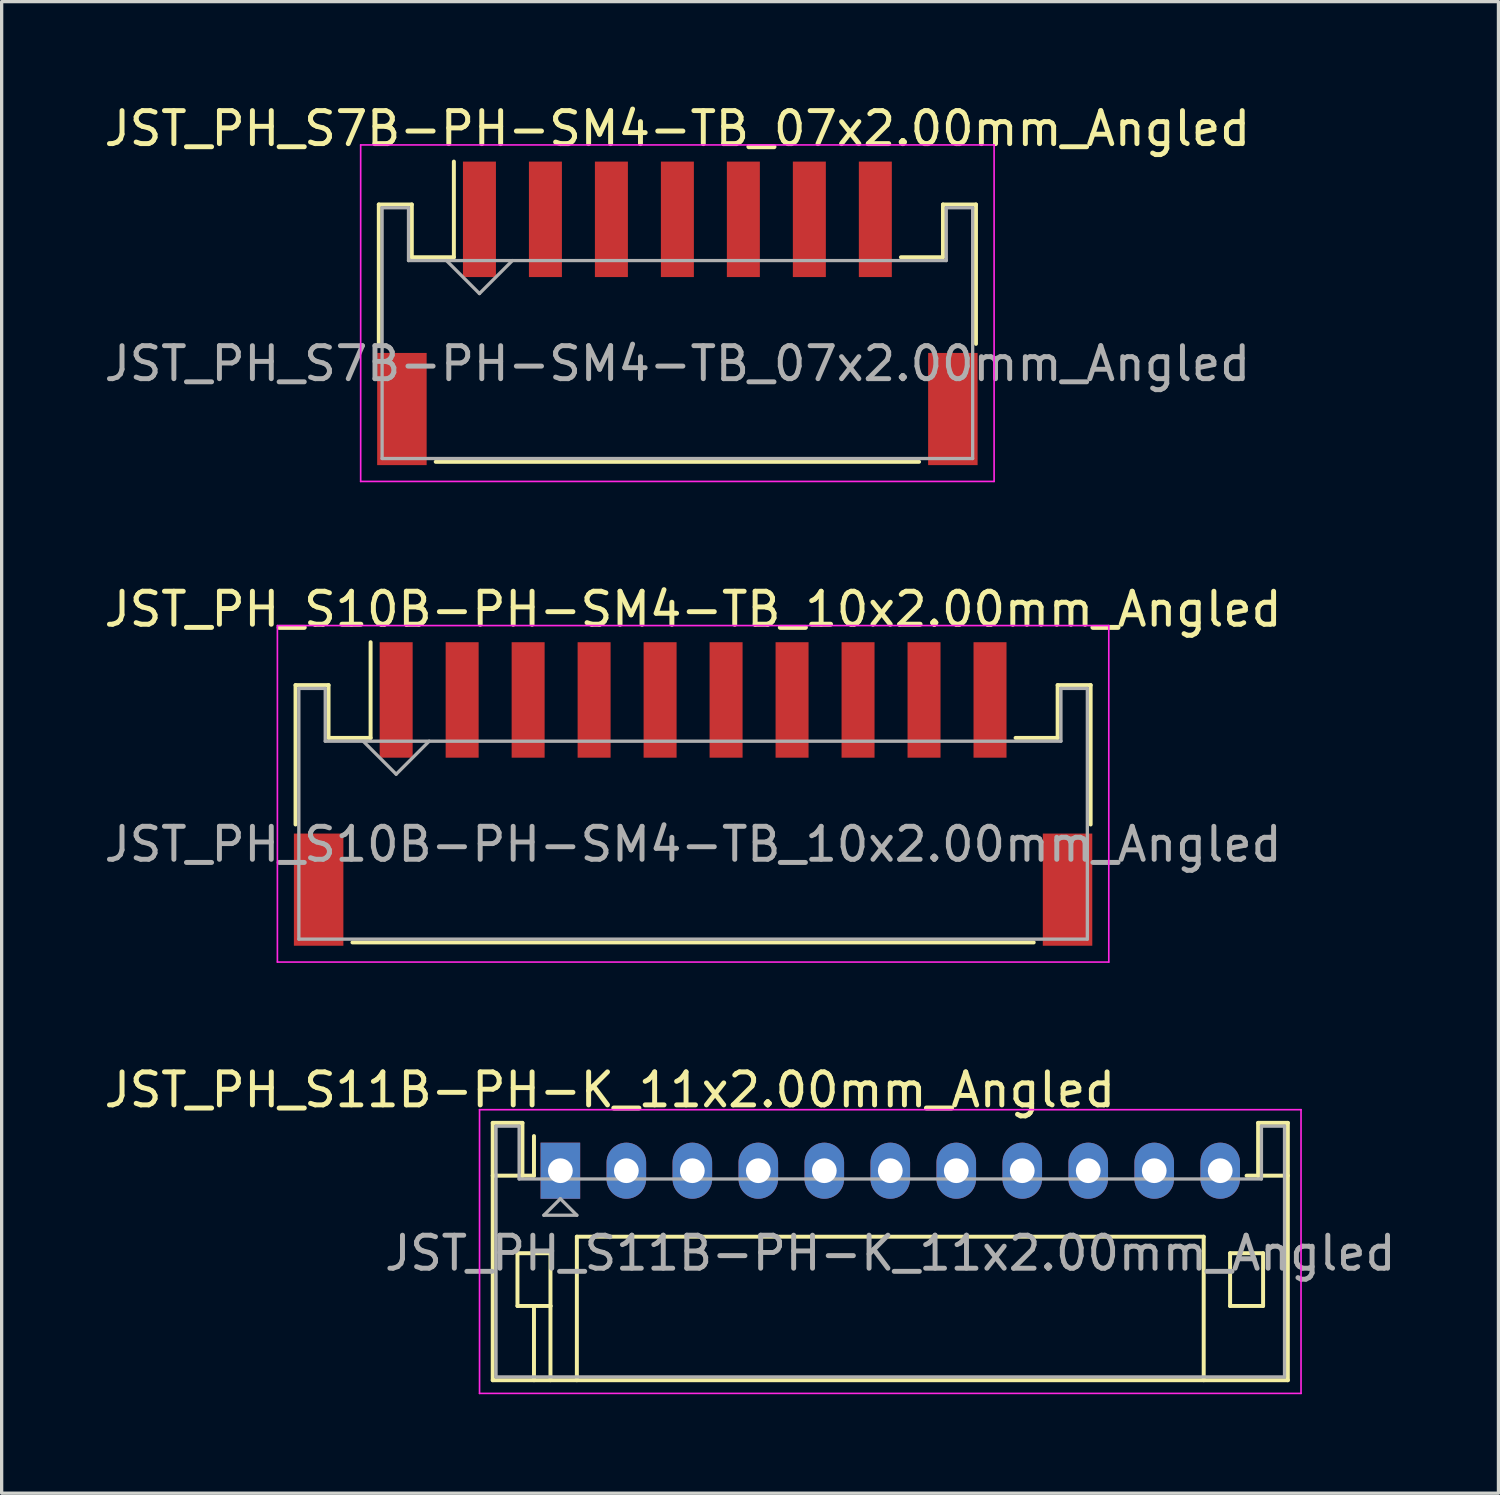
<source format=kicad_pcb>
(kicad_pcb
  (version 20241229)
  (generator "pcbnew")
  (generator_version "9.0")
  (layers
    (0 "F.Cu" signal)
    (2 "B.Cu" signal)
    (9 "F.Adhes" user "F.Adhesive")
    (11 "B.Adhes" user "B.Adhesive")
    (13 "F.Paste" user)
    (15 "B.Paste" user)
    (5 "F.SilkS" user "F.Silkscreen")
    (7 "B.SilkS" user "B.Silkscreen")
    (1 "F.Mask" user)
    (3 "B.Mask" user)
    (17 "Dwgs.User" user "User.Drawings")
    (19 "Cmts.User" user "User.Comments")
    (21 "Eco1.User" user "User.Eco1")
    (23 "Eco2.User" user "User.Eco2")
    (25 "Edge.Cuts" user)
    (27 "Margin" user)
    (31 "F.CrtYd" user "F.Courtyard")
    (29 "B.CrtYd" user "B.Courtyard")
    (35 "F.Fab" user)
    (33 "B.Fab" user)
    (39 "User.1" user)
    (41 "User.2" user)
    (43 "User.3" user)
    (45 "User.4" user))
  (footprint "JST_PH_S7B-PH-SM4-TB_07x2.00mm_Angled"
    (layer "F.Cu")
    (at 17.482 6.473)
    (property "Reference" "JST_PH_S7B-PH-SM4-TB_07x2.00mm_Angled" (at 0 -5.625 0) (layer "F.SilkS") (effects (font (size 1 1) (thickness 0.15))))
    (attr smd)
    (fp_line (start -9.05 -3.325) (end -9.05 0.9) (stroke (width 0.12) (type solid)) (layer "F.SilkS"))
    (fp_line (start -8.05 -3.325) (end -9.05 -3.325) (stroke (width 0.12) (type solid)) (layer "F.SilkS"))
    (fp_line (start -8.05 -1.725) (end -8.05 -3.325) (stroke (width 0.12) (type solid)) (layer "F.SilkS"))
    (fp_line (start -7.325 4.475) (end 7.325 4.475) (stroke (width 0.12) (type solid)) (layer "F.SilkS"))
    (fp_line (start -6.775 -1.725) (end -8.05 -1.725) (stroke (width 0.12) (type solid)) (layer "F.SilkS"))
    (fp_line (start -6.775 -1.725) (end -6.775 -4.625) (stroke (width 0.12) (type solid)) (layer "F.SilkS"))
    (fp_line (start 8.05 -3.325) (end 8.05 -1.725) (stroke (width 0.12) (type solid)) (layer "F.SilkS"))
    (fp_line (start 8.05 -1.725) (end 6.775 -1.725) (stroke (width 0.12) (type solid)) (layer "F.SilkS"))
    (fp_line (start 9.05 -3.325) (end 8.05 -3.325) (stroke (width 0.12) (type solid)) (layer "F.SilkS"))
    (fp_line (start 9.05 0.9) (end 9.05 -3.325) (stroke (width 0.12) (type solid)) (layer "F.SilkS"))
    (fp_line (start -9.6 -5.13) (end -9.6 5.07) (stroke (width 0.05) (type solid)) (layer "F.CrtYd"))
    (fp_line (start -9.6 5.07) (end 9.6 5.07) (stroke (width 0.05) (type solid)) (layer "F.CrtYd"))
    (fp_line (start 9.6 -5.13) (end -9.6 -5.13) (stroke (width 0.05) (type solid)) (layer "F.CrtYd"))
    (fp_line (start 9.6 5.07) (end 9.6 -5.13) (stroke (width 0.05) (type solid)) (layer "F.CrtYd"))
    (fp_line (start -8.95 -3.225) (end -8.95 4.375) (stroke (width 0.1) (type solid)) (layer "F.Fab"))
    (fp_line (start -8.95 4.375) (end 8.95 4.375) (stroke (width 0.1) (type solid)) (layer "F.Fab"))
    (fp_line (start -8.15 -3.225) (end -8.95 -3.225) (stroke (width 0.1) (type solid)) (layer "F.Fab"))
    (fp_line (start -8.15 -1.625) (end -8.15 -3.225) (stroke (width 0.1) (type solid)) (layer "F.Fab"))
    (fp_line (start -7 -1.625) (end -6 -0.625) (stroke (width 0.1) (type solid)) (layer "F.Fab"))
    (fp_line (start -6 -0.625) (end -5 -1.625) (stroke (width 0.1) (type solid)) (layer "F.Fab"))
    (fp_line (start 8.15 -3.225) (end 8.15 -1.625) (stroke (width 0.1) (type solid)) (layer "F.Fab"))
    (fp_line (start 8.15 -1.625) (end -8.15 -1.625) (stroke (width 0.1) (type solid)) (layer "F.Fab"))
    (fp_line (start 8.95 -3.225) (end 8.15 -3.225) (stroke (width 0.1) (type solid)) (layer "F.Fab"))
    (fp_line (start 8.95 4.375) (end 8.95 -3.225) (stroke (width 0.1) (type solid)) (layer "F.Fab"))
    (fp_text user "${REFERENCE}" (at 0 1.5 0) (layer "F.Fab") (effects (font (size 1 1) (thickness 0.15))))
    (pad "" smd rect (at -8.35 2.875) (size 1.5 3.4) (layers "F.Cu" "F.Mask" "F.Paste"))
    (pad "" smd rect (at 8.35 2.875) (size 1.5 3.4) (layers "F.Cu" "F.Mask" "F.Paste"))
    (pad "1" smd rect (at -6 -2.875) (size 1 3.5) (layers "F.Cu" "F.Mask" "F.Paste"))
    (pad "2" smd rect (at -4 -2.875) (size 1 3.5) (layers "F.Cu" "F.Mask" "F.Paste"))
    (pad "3" smd rect (at -2 -2.875) (size 1 3.5) (layers "F.Cu" "F.Mask" "F.Paste"))
    (pad "4" smd rect (at 0 -2.875) (size 1 3.5) (layers "F.Cu" "F.Mask" "F.Paste"))
    (pad "5" smd rect (at 2 -2.875) (size 1 3.5) (layers "F.Cu" "F.Mask" "F.Paste"))
    (pad "6" smd rect (at 4 -2.875) (size 1 3.5) (layers "F.Cu" "F.Mask" "F.Paste"))
    (pad "7" smd rect (at 6 -2.875) (size 1 3.5) (layers "F.Cu" "F.Mask" "F.Paste")))
  (footprint "JST_PH_S11B-PH-K_11x2.00mm_Angled"
    (layer "F.Cu")
    (at 13.935 32.435)
    (property "Reference" "JST_PH_S11B-PH-K_11x2.00mm_Angled" (at 1.5 -2.45 0) (layer "F.SilkS") (effects (font (size 1 1) (thickness 0.15))))
    (attr through_hole)
    (fp_line (start -2.05 -1.45) (end -2.05 6.35) (stroke (width 0.12) (type solid)) (layer "F.SilkS"))
    (fp_line (start -2.05 0.15) (end -1.15 0.15) (stroke (width 0.12) (type solid)) (layer "F.SilkS"))
    (fp_line (start -2.05 6.35) (end 22.05 6.35) (stroke (width 0.12) (type solid)) (layer "F.SilkS"))
    (fp_line (start -1.3 2.5) (end -1.3 4.1) (stroke (width 0.12) (type solid)) (layer "F.SilkS"))
    (fp_line (start -1.3 4.1) (end -0.3 4.1) (stroke (width 0.12) (type solid)) (layer "F.SilkS"))
    (fp_line (start -1.15 -1.45) (end -2.05 -1.45) (stroke (width 0.12) (type solid)) (layer "F.SilkS"))
    (fp_line (start -1.15 0.15) (end -1.15 -1.45) (stroke (width 0.12) (type solid)) (layer "F.SilkS"))
    (fp_line (start -0.8 0.15) (end -1.15 0.15) (stroke (width 0.12) (type solid)) (layer "F.SilkS"))
    (fp_line (start -0.8 0.15) (end -0.8 -1.05) (stroke (width 0.12) (type solid)) (layer "F.SilkS"))
    (fp_line (start -0.8 4.1) (end -0.8 6.35) (stroke (width 0.12) (type solid)) (layer "F.SilkS"))
    (fp_line (start -0.3 2.5) (end -1.3 2.5) (stroke (width 0.12) (type solid)) (layer "F.SilkS"))
    (fp_line (start -0.3 4.1) (end -0.3 2.5) (stroke (width 0.12) (type solid)) (layer "F.SilkS"))
    (fp_line (start -0.3 4.1) (end -0.3 6.35) (stroke (width 0.12) (type solid)) (layer "F.SilkS"))
    (fp_line (start 0.5 2) (end 19.5 2) (stroke (width 0.12) (type solid)) (layer "F.SilkS"))
    (fp_line (start 0.5 6.35) (end 0.5 2) (stroke (width 0.12) (type solid)) (layer "F.SilkS"))
    (fp_line (start 19.5 2) (end 19.5 6.35) (stroke (width 0.12) (type solid)) (layer "F.SilkS"))
    (fp_line (start 20.3 2.5) (end 21.3 2.5) (stroke (width 0.12) (type solid)) (layer "F.SilkS"))
    (fp_line (start 20.3 4.1) (end 20.3 2.5) (stroke (width 0.12) (type solid)) (layer "F.SilkS"))
    (fp_line (start 21.15 -1.45) (end 21.15 0.15) (stroke (width 0.12) (type solid)) (layer "F.SilkS"))
    (fp_line (start 21.15 0.15) (end 20.8 0.15) (stroke (width 0.12) (type solid)) (layer "F.SilkS"))
    (fp_line (start 21.3 2.5) (end 21.3 4.1) (stroke (width 0.12) (type solid)) (layer "F.SilkS"))
    (fp_line (start 21.3 4.1) (end 20.3 4.1) (stroke (width 0.12) (type solid)) (layer "F.SilkS"))
    (fp_line (start 22.05 -1.45) (end 21.15 -1.45) (stroke (width 0.12) (type solid)) (layer "F.SilkS"))
    (fp_line (start 22.05 0.15) (end 21.15 0.15) (stroke (width 0.12) (type solid)) (layer "F.SilkS"))
    (fp_line (start 22.05 6.35) (end 22.05 -1.45) (stroke (width 0.12) (type solid)) (layer "F.SilkS"))
    (fp_line (start -2.45 -1.85) (end -2.45 6.75) (stroke (width 0.05) (type solid)) (layer "F.CrtYd"))
    (fp_line (start -2.45 6.75) (end 22.45 6.75) (stroke (width 0.05) (type solid)) (layer "F.CrtYd"))
    (fp_line (start 22.45 -1.85) (end -2.45 -1.85) (stroke (width 0.05) (type solid)) (layer "F.CrtYd"))
    (fp_line (start 22.45 6.75) (end 22.45 -1.85) (stroke (width 0.05) (type solid)) (layer "F.CrtYd"))
    (fp_line (start -1.95 -1.35) (end -1.95 6.25) (stroke (width 0.1) (type solid)) (layer "F.Fab"))
    (fp_line (start -1.95 6.25) (end 21.95 6.25) (stroke (width 0.1) (type solid)) (layer "F.Fab"))
    (fp_line (start -1.25 -1.35) (end -1.95 -1.35) (stroke (width 0.1) (type solid)) (layer "F.Fab"))
    (fp_line (start -1.25 0.25) (end -1.25 -1.35) (stroke (width 0.1) (type solid)) (layer "F.Fab"))
    (fp_line (start -0.5 1.35) (end 0.5 1.35) (stroke (width 0.1) (type solid)) (layer "F.Fab"))
    (fp_line (start 0 0.85) (end -0.5 1.35) (stroke (width 0.1) (type solid)) (layer "F.Fab"))
    (fp_line (start 0.5 1.35) (end 0 0.85) (stroke (width 0.1) (type solid)) (layer "F.Fab"))
    (fp_line (start 21.25 -1.35) (end 21.25 0.25) (stroke (width 0.1) (type solid)) (layer "F.Fab"))
    (fp_line (start 21.25 0.25) (end -1.25 0.25) (stroke (width 0.1) (type solid)) (layer "F.Fab"))
    (fp_line (start 21.95 -1.35) (end 21.25 -1.35) (stroke (width 0.1) (type solid)) (layer "F.Fab"))
    (fp_line (start 21.95 6.25) (end 21.95 -1.35) (stroke (width 0.1) (type solid)) (layer "F.Fab"))
    (fp_text user "${REFERENCE}" (at 10 2.5 0) (layer "F.Fab") (effects (font (size 1 1) (thickness 0.15))))
    (pad "1" thru_hole rect (at 0 0) (size 1.2 1.7) (drill 0.75) (layers "*.Cu" "*.Mask"))
    (pad "2" thru_hole oval (at 2 0) (size 1.2 1.7) (drill 0.75) (layers "*.Cu" "*.Mask"))
    (pad "3" thru_hole oval (at 4 0) (size 1.2 1.7) (drill 0.75) (layers "*.Cu" "*.Mask"))
    (pad "4" thru_hole oval (at 6 0) (size 1.2 1.7) (drill 0.75) (layers "*.Cu" "*.Mask"))
    (pad "5" thru_hole oval (at 8 0) (size 1.2 1.7) (drill 0.75) (layers "*.Cu" "*.Mask"))
    (pad "6" thru_hole oval (at 10 0) (size 1.2 1.7) (drill 0.75) (layers "*.Cu" "*.Mask"))
    (pad "7" thru_hole oval (at 12 0) (size 1.2 1.7) (drill 0.75) (layers "*.Cu" "*.Mask"))
    (pad "8" thru_hole oval (at 14 0) (size 1.2 1.7) (drill 0.75) (layers "*.Cu" "*.Mask"))
    (pad "9" thru_hole oval (at 16 0) (size 1.2 1.7) (drill 0.75) (layers "*.Cu" "*.Mask"))
    (pad "10" thru_hole oval (at 18 0) (size 1.2 1.7) (drill 0.75) (layers "*.Cu" "*.Mask"))
    (pad "11" thru_hole oval (at 20 0) (size 1.2 1.7) (drill 0.75) (layers "*.Cu" "*.Mask")))
  (footprint "JST_PH_S10B-PH-SM4-TB_10x2.00mm_Angled"
    (layer "F.Cu")
    (at 17.958 21.041)
    (property "Reference" "JST_PH_S10B-PH-SM4-TB_10x2.00mm_Angled" (at 0 -5.625 0) (layer "F.SilkS") (effects (font (size 1 1) (thickness 0.15))))
    (attr smd)
    (fp_line (start -12.05 -3.325) (end -12.05 0.9) (stroke (width 0.12) (type solid)) (layer "F.SilkS"))
    (fp_line (start -11.05 -3.325) (end -12.05 -3.325) (stroke (width 0.12) (type solid)) (layer "F.SilkS"))
    (fp_line (start -11.05 -1.725) (end -11.05 -3.325) (stroke (width 0.12) (type solid)) (layer "F.SilkS"))
    (fp_line (start -10.325 4.475) (end 10.325 4.475) (stroke (width 0.12) (type solid)) (layer "F.SilkS"))
    (fp_line (start -9.775 -1.725) (end -11.05 -1.725) (stroke (width 0.12) (type solid)) (layer "F.SilkS"))
    (fp_line (start -9.775 -1.725) (end -9.775 -4.625) (stroke (width 0.12) (type solid)) (layer "F.SilkS"))
    (fp_line (start 11.05 -3.325) (end 11.05 -1.725) (stroke (width 0.12) (type solid)) (layer "F.SilkS"))
    (fp_line (start 11.05 -1.725) (end 9.775 -1.725) (stroke (width 0.12) (type solid)) (layer "F.SilkS"))
    (fp_line (start 12.05 -3.325) (end 11.05 -3.325) (stroke (width 0.12) (type solid)) (layer "F.SilkS"))
    (fp_line (start 12.05 0.9) (end 12.05 -3.325) (stroke (width 0.12) (type solid)) (layer "F.SilkS"))
    (fp_line (start -12.6 -5.13) (end -12.6 5.07) (stroke (width 0.05) (type solid)) (layer "F.CrtYd"))
    (fp_line (start -12.6 5.07) (end 12.6 5.07) (stroke (width 0.05) (type solid)) (layer "F.CrtYd"))
    (fp_line (start 12.6 -5.13) (end -12.6 -5.13) (stroke (width 0.05) (type solid)) (layer "F.CrtYd"))
    (fp_line (start 12.6 5.07) (end 12.6 -5.13) (stroke (width 0.05) (type solid)) (layer "F.CrtYd"))
    (fp_line (start -11.95 -3.225) (end -11.95 4.375) (stroke (width 0.1) (type solid)) (layer "F.Fab"))
    (fp_line (start -11.95 4.375) (end 11.95 4.375) (stroke (width 0.1) (type solid)) (layer "F.Fab"))
    (fp_line (start -11.15 -3.225) (end -11.95 -3.225) (stroke (width 0.1) (type solid)) (layer "F.Fab"))
    (fp_line (start -11.15 -1.625) (end -11.15 -3.225) (stroke (width 0.1) (type solid)) (layer "F.Fab"))
    (fp_line (start -10 -1.625) (end -9 -0.625) (stroke (width 0.1) (type solid)) (layer "F.Fab"))
    (fp_line (start -9 -0.625) (end -8 -1.625) (stroke (width 0.1) (type solid)) (layer "F.Fab"))
    (fp_line (start 11.15 -3.225) (end 11.15 -1.625) (stroke (width 0.1) (type solid)) (layer "F.Fab"))
    (fp_line (start 11.15 -1.625) (end -11.15 -1.625) (stroke (width 0.1) (type solid)) (layer "F.Fab"))
    (fp_line (start 11.95 -3.225) (end 11.15 -3.225) (stroke (width 0.1) (type solid)) (layer "F.Fab"))
    (fp_line (start 11.95 4.375) (end 11.95 -3.225) (stroke (width 0.1) (type solid)) (layer "F.Fab"))
    (fp_text user "${REFERENCE}" (at 0 1.5 0) (layer "F.Fab") (effects (font (size 1 1) (thickness 0.15))))
    (pad "" smd rect (at -11.35 2.875) (size 1.5 3.4) (layers "F.Cu" "F.Mask" "F.Paste"))
    (pad "" smd rect (at 11.35 2.875) (size 1.5 3.4) (layers "F.Cu" "F.Mask" "F.Paste"))
    (pad "1" smd rect (at -9 -2.875) (size 1 3.5) (layers "F.Cu" "F.Mask" "F.Paste"))
    (pad "2" smd rect (at -7 -2.875) (size 1 3.5) (layers "F.Cu" "F.Mask" "F.Paste"))
    (pad "3" smd rect (at -5 -2.875) (size 1 3.5) (layers "F.Cu" "F.Mask" "F.Paste"))
    (pad "4" smd rect (at -3 -2.875) (size 1 3.5) (layers "F.Cu" "F.Mask" "F.Paste"))
    (pad "5" smd rect (at -1 -2.875) (size 1 3.5) (layers "F.Cu" "F.Mask" "F.Paste"))
    (pad "6" smd rect (at 1 -2.875) (size 1 3.5) (layers "F.Cu" "F.Mask" "F.Paste"))
    (pad "7" smd rect (at 3 -2.875) (size 1 3.5) (layers "F.Cu" "F.Mask" "F.Paste"))
    (pad "8" smd rect (at 5 -2.875) (size 1 3.5) (layers "F.Cu" "F.Mask" "F.Paste"))
    (pad "9" smd rect (at 7 -2.875) (size 1 3.5) (layers "F.Cu" "F.Mask" "F.Paste"))
    (pad "10" smd rect (at 9 -2.875) (size 1 3.5) (layers "F.Cu" "F.Mask" "F.Paste")))
  (gr_rect
    (start -3 -3)
    (end 42.369 42.21)
    (stroke (width 0.1) (type default))
    (fill no)
    (layer "Edge.Cuts")))
</source>
